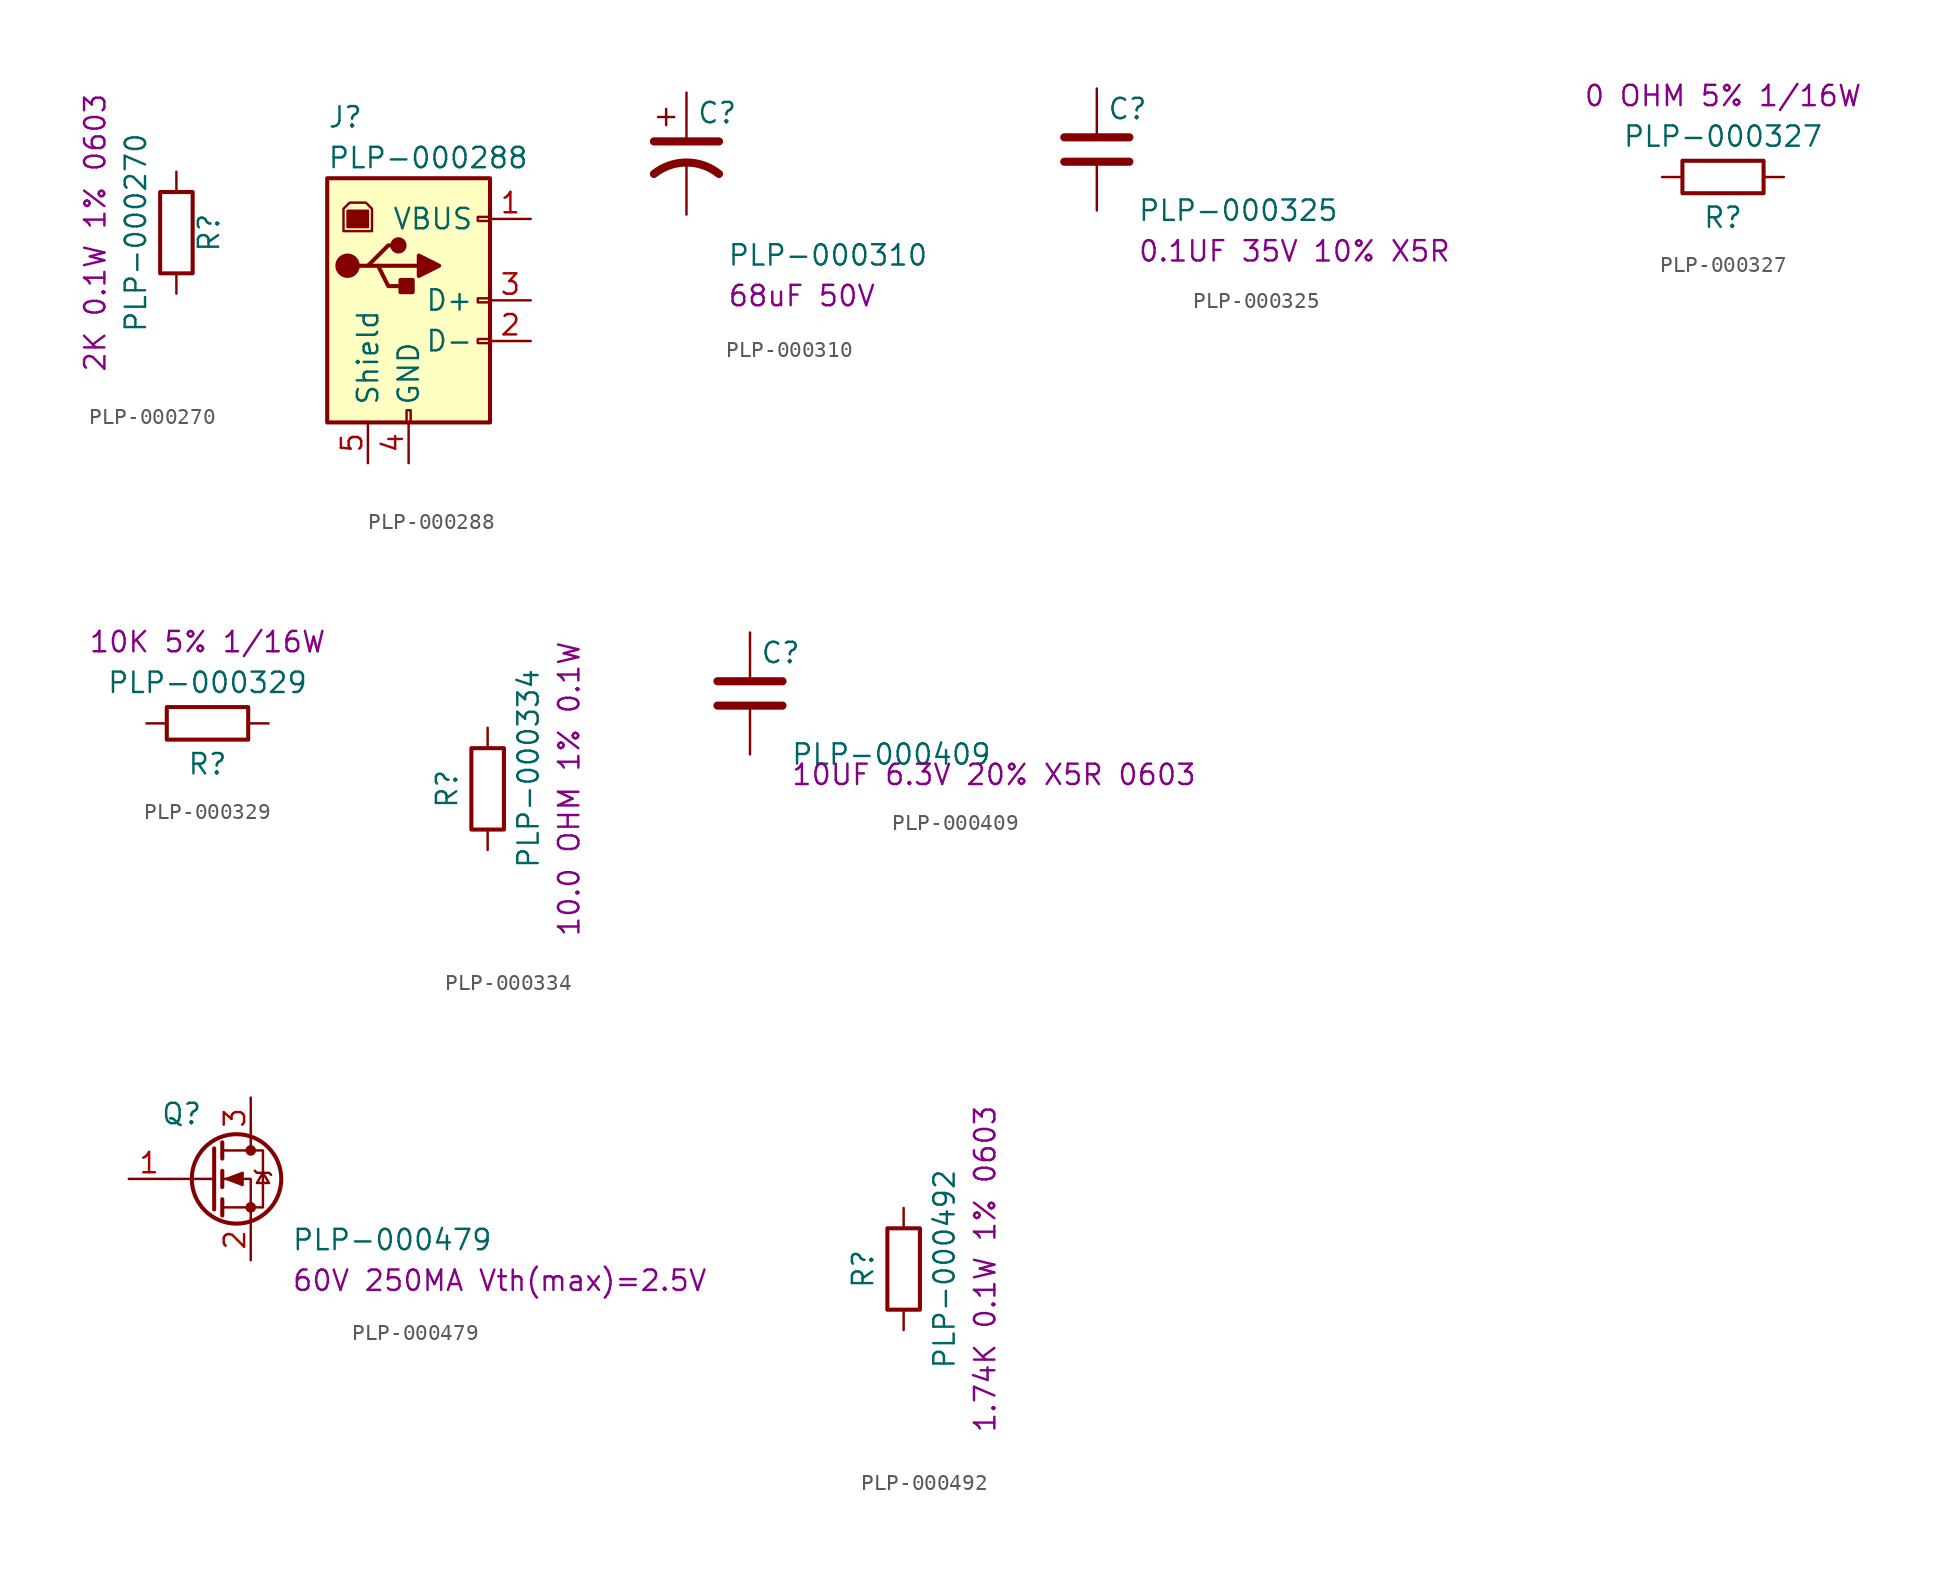
<source format=kicad_sym>
(kicad_symbol_lib
  (version 20241209)
  (generator "kicad_symbol_editor")
  (generator_version "9.0")
  (symbol "PLP-000270"
    (pin_numbers
      (hide yes))
    (pin_names
      (offset 0))
    (property "Reference" "R"
      (at 2.032 0 90)
      (effects (font (size 1.27 1.27))))
    (property "Value" "PLP-000270"
      (at -2.54 0 90)
      (effects (font (size 1.27 1.27))))
    (property "Info" "2K 0.1W 1% 0603"
      (at -5.08 0 90)
      (effects (font (size 1.27 1.27))))
    (symbol "PLP-000270_0_1"
      (rectangle (start -1.016 -2.54) (end 1.016 2.54) (stroke (width 0.254) (type default)) (fill (type none))))
    (symbol "PLP-000270_1_1"
      (pin passive line (at 0 3.81 270) (length 1.27) (name "~" (effects (font (size 1.27 1.27)))) (number "1" (effects (font (size 1.27 1.27)))))
      (pin passive line (at 0 -3.81 90) (length 1.27) (name "~" (effects (font (size 1.27 1.27)))) (number "2" (effects (font (size 1.27 1.27)))))))
  (symbol "PLP-000288"
    (pin_names
      (offset 1.016))
    (property "Reference" "J"
      (at -5.08 11.43 0)
      (effects (font (size 1.27 1.27)) (justify left)))
    (property "Value" "PLP-000288"
      (at -5.08 8.89 0)
      (effects (font (size 1.27 1.27)) (justify left)))
    (symbol "PLP-000288_0_1"
      (rectangle (start -5.08 -7.62) (end 5.08 7.62) (stroke (width 0.254) (type default)) (fill (type background)))
      (polyline (pts (xy -4.064 4.318) (xy -2.286 4.318) (xy -2.286 5.715) (xy -2.667 6.096) (xy -3.683 6.096) (xy -4.064 5.715) (xy -4.064 4.318)) (stroke (width 0) (type default)) (fill (type none)))
      (rectangle (start -3.81 5.588) (end -2.54 4.572) (stroke (width 0) (type default)) (fill (type outline)))
      (circle (center -3.81 2.159) (radius 0.635) (stroke (width 0.254) (type default)) (fill (type outline)))
      (polyline (pts (xy -3.175 2.159) (xy -2.54 2.159) (xy -1.27 3.429) (xy -0.635 3.429)) (stroke (width 0.254) (type default)) (fill (type none)))
      (polyline (pts (xy -2.54 2.159) (xy -1.905 2.159) (xy -1.27 0.889) (xy 0 0.889)) (stroke (width 0.254) (type default)) (fill (type none)))
      (polyline (pts (xy -1.905 2.159) (xy 0.635 2.159)) (stroke (width 0.254) (type default)) (fill (type none)))
      (circle (center -0.635 3.429) (radius 0.381) (stroke (width 0.254) (type default)) (fill (type outline)))
      (rectangle (start -0.127 -7.62) (end 0.127 -6.858) (stroke (width 0) (type default)) (fill (type none)))
      (rectangle (start 0.254 1.27) (end -0.508 0.508) (stroke (width 0.254) (type default)) (fill (type outline)))
      (polyline (pts (xy 0.635 2.794) (xy 0.635 1.524) (xy 1.905 2.159) (xy 0.635 2.794)) (stroke (width 0.254) (type default)) (fill (type outline)))
      (rectangle (start 5.08 4.953) (end 4.318 5.207) (stroke (width 0) (type default)) (fill (type none)))
      (rectangle (start 5.08 -0.127) (end 4.318 0.127) (stroke (width 0) (type default)) (fill (type none)))
      (rectangle (start 5.08 -2.667) (end 4.318 -2.413) (stroke (width 0) (type default)) (fill (type none))))
    (symbol "PLP-000288_1_1"
      (pin passive line (at -2.54 -10.16 90) (length 2.54) (name "Shield" (effects (font (size 1.27 1.27)))) (number "5" (effects (font (size 1.27 1.27)))))
      (pin power_out line (at 0 -10.16 90) (length 2.54) (name "GND" (effects (font (size 1.27 1.27)))) (number "4" (effects (font (size 1.27 1.27)))))
      (pin power_out line (at 7.62 5.08 180) (length 2.54) (name "VBUS" (effects (font (size 1.27 1.27)))) (number "1" (effects (font (size 1.27 1.27)))))
      (pin bidirectional line (at 7.62 0 180) (length 2.54) (name "D+" (effects (font (size 1.27 1.27)))) (number "3" (effects (font (size 1.27 1.27)))))
      (pin bidirectional line (at 7.62 -2.54 180) (length 2.54) (name "D-" (effects (font (size 1.27 1.27)))) (number "2" (effects (font (size 1.27 1.27)))))))
  (symbol "PLP-000310"
    (pin_numbers
      (hide yes))
    (pin_names
      (offset 0.254)
      (hide yes))
    (property "Reference" "C"
      (at 0.635 2.54 0)
      (effects (font (size 1.27 1.27)) (justify left)))
    (property "Value" "PLP-000310"
      (at 2.54 -6.35 0)
      (effects (font (size 1.27 1.27)) (justify left)))
    (property "Info" "68uF 50V"
      (at 2.54 -8.89 0)
      (effects (font (size 1.27 1.27)) (justify left)))
    (symbol "PLP-000310_0_1"
      (polyline (pts (xy -2.032 0.762) (xy 2.032 0.762)) (stroke (width 0.508) (type default)) (fill (type none)))
      (polyline (pts (xy -1.778 2.286) (xy -0.762 2.286)) (stroke (width 0) (type default)) (fill (type none)))
      (polyline (pts (xy -1.27 1.778) (xy -1.27 2.794)) (stroke (width 0) (type default)) (fill (type none)))
      (arc (start -2.032 -1.27) (mid 0 -0.5572) (end 2.032 -1.27) (stroke (width 0.508) (type default)) (fill (type none))))
    (symbol "PLP-000310_1_1"
      (pin passive line (at 0 3.81 270) (length 2.794) (name "~" (effects (font (size 1.27 1.27)))) (number "1" (effects (font (size 1.27 1.27)))))
      (pin passive line (at 0 -3.81 90) (length 3.302) (name "~" (effects (font (size 1.27 1.27)))) (number "2" (effects (font (size 1.27 1.27)))))))
  (symbol "PLP-000325"
    (pin_numbers
      (hide yes))
    (pin_names
      (offset 0.254))
    (property "Reference" "C"
      (at 0.635 2.54 0)
      (effects (font (size 1.27 1.27)) (justify left)))
    (property "Value" "PLP-000325"
      (at 2.54 -3.81 0)
      (effects (font (size 1.27 1.27)) (justify left)))
    (property "Info" "0.1UF 35V 10% X5R"
      (at 2.54 -6.35 0)
      (effects (font (size 1.27 1.27)) (justify left)))
    (symbol "PLP-000325_0_1"
      (polyline (pts (xy -2.032 0.762) (xy 2.032 0.762)) (stroke (width 0.508) (type default)) (fill (type none)))
      (polyline (pts (xy -2.032 -0.762) (xy 2.032 -0.762)) (stroke (width 0.508) (type default)) (fill (type none))))
    (symbol "PLP-000325_1_1"
      (pin passive line (at 0 3.81 270) (length 2.794) (name "~" (effects (font (size 1.27 1.27)))) (number "1" (effects (font (size 1.27 1.27)))))
      (pin passive line (at 0 -3.81 90) (length 2.794) (name "~" (effects (font (size 1.27 1.27)))) (number "2" (effects (font (size 1.27 1.27)))))))
  (symbol "PLP-000327"
    (pin_numbers
      (hide yes))
    (pin_names
      (offset 0))
    (property "Reference" "R"
      (at 2.54 -5.08 0)
      (effects (font (size 1.27 1.27))))
    (property "Value" "PLP-000327"
      (at 2.54 0 0)
      (effects (font (size 1.27 1.27))))
    (property "Info" "0 OHM 5% 1/16W"
      (at 2.54 2.54 0)
      (effects (font (size 1.27 1.27))))
    (symbol "PLP-000327_0_1"
      (rectangle (start 5.08 -3.556) (end 0 -1.524) (stroke (width 0.254) (type default)) (fill (type none))))
    (symbol "PLP-000327_1_1"
      (pin passive line (at -1.27 -2.54 0) (length 1.27) (name "~" (effects (font (size 1.27 1.27)))) (number "1" (effects (font (size 1.27 1.27)))))
      (pin passive line (at 6.35 -2.54 180) (length 1.27) (name "~" (effects (font (size 1.27 1.27)))) (number "2" (effects (font (size 1.27 1.27)))))))
  (symbol "PLP-000329"
    (pin_numbers
      (hide yes))
    (pin_names
      (offset 0))
    (property "Reference" "R"
      (at 2.54 -5.08 0)
      (effects (font (size 1.27 1.27))))
    (property "Value" "PLP-000329"
      (at 2.54 0 0)
      (effects (font (size 1.27 1.27))))
    (property "Info" "10K 5% 1/16W"
      (at 2.54 2.54 0)
      (effects (font (size 1.27 1.27))))
    (symbol "PLP-000329_0_1"
      (rectangle (start 5.08 -3.556) (end 0 -1.524) (stroke (width 0.254) (type default)) (fill (type none))))
    (symbol "PLP-000329_1_1"
      (pin passive line (at -1.27 -2.54 0) (length 1.27) (name "~" (effects (font (size 1.27 1.27)))) (number "1" (effects (font (size 1.27 1.27)))))
      (pin passive line (at 6.35 -2.54 180) (length 1.27) (name "~" (effects (font (size 1.27 1.27)))) (number "2" (effects (font (size 1.27 1.27)))))))
  (symbol "PLP-000334"
    (pin_numbers
      (hide yes))
    (pin_names
      (offset 0))
    (property "Reference" "R"
      (at -2.54 0 90)
      (effects (font (size 1.27 1.27))))
    (property "Value" "PLP-000334"
      (at 2.54 1.27 90)
      (effects (font (size 1.27 1.27))))
    (property "Info" "10.0 OHM 1% 0.1W"
      (at 5.08 0 90)
      (effects (font (size 1.27 1.27))))
    (symbol "PLP-000334_0_1"
      (rectangle (start -1.016 -2.54) (end 1.016 2.54) (stroke (width 0.254) (type default)) (fill (type none))))
    (symbol "PLP-000334_1_1"
      (pin passive line (at 0 3.81 270) (length 1.27) (name "~" (effects (font (size 1.27 1.27)))) (number "1" (effects (font (size 1.27 1.27)))))
      (pin passive line (at 0 -3.81 90) (length 1.27) (name "~" (effects (font (size 1.27 1.27)))) (number "2" (effects (font (size 1.27 1.27)))))))
  (symbol "PLP-000409"
    (pin_numbers
      (hide yes))
    (pin_names
      (offset 0.254))
    (property "Reference" "C"
      (at 0.635 2.54 0)
      (effects (font (size 1.27 1.27)) (justify left)))
    (property "Value" "PLP-000409"
      (at 2.54 -3.81 0)
      (effects (font (size 1.27 1.27)) (justify left)))
    (property "Info" "10UF 6.3V 20% X5R 0603"
      (at 2.54 -5.08 0)
      (effects (font (size 1.27 1.27)) (justify left)))
    (symbol "PLP-000409_0_1"
      (polyline (pts (xy -2.032 0.762) (xy 2.032 0.762)) (stroke (width 0.508) (type default)) (fill (type none)))
      (polyline (pts (xy -2.032 -0.762) (xy 2.032 -0.762)) (stroke (width 0.508) (type default)) (fill (type none))))
    (symbol "PLP-000409_1_1"
      (pin passive line (at 0 3.81 270) (length 2.794) (name "~" (effects (font (size 1.27 1.27)))) (number "1" (effects (font (size 1.27 1.27)))))
      (pin passive line (at 0 -3.81 90) (length 2.794) (name "~" (effects (font (size 1.27 1.27)))) (number "2" (effects (font (size 1.27 1.27)))))))
  (symbol "PLP-000479"
    (pin_names
      (hide yes))
    (property "Reference" "Q"
      (at -1.778 4.064 0)
      (effects (font (size 1.27 1.27))))
    (property "Value" "PLP-000479"
      (at 5.08 -3.81 0)
      (effects (font (size 1.27 1.27)) (justify left)))
    (property "Info" "60V 250MA Vth(max)=2.5V"
      (at 5.08 -6.35 0)
      (effects (font (size 1.27 1.27)) (justify left)))
    (symbol "PLP-000479_0_1"
      (polyline (pts (xy 0.254 1.905) (xy 0.254 -1.905)) (stroke (width 0.254) (type default)) (fill (type none)))
      (polyline (pts (xy 0.254 0) (xy -2.54 0)) (stroke (width 0) (type default)) (fill (type none)))
      (polyline (pts (xy 0.762 2.286) (xy 0.762 1.27)) (stroke (width 0.254) (type default)) (fill (type none)))
      (polyline (pts (xy 0.762 0.508) (xy 0.762 -0.508)) (stroke (width 0.254) (type default)) (fill (type none)))
      (polyline (pts (xy 0.762 -1.27) (xy 0.762 -2.286)) (stroke (width 0.254) (type default)) (fill (type none)))
      (polyline (pts (xy 0.762 -1.778) (xy 3.302 -1.778) (xy 3.302 1.778) (xy 0.762 1.778)) (stroke (width 0) (type default)) (fill (type none)))
      (polyline (pts (xy 1.016 0) (xy 2.032 0.381) (xy 2.032 -0.381) (xy 1.016 0)) (stroke (width 0) (type default)) (fill (type outline)))
      (circle (center 1.651 0) (radius 2.794) (stroke (width 0.254) (type default)) (fill (type none)))
      (polyline (pts (xy 2.54 2.54) (xy 2.54 1.778)) (stroke (width 0) (type default)) (fill (type none)))
      (circle (center 2.54 1.778) (radius 0.254) (stroke (width 0) (type default)) (fill (type outline)))
      (circle (center 2.54 -1.778) (radius 0.254) (stroke (width 0) (type default)) (fill (type outline)))
      (polyline (pts (xy 2.54 -2.54) (xy 2.54 0) (xy 0.762 0)) (stroke (width 0) (type default)) (fill (type none)))
      (polyline (pts (xy 2.794 0.508) (xy 2.921 0.381) (xy 3.683 0.381) (xy 3.81 0.254)) (stroke (width 0) (type default)) (fill (type none)))
      (polyline (pts (xy 3.302 0.381) (xy 2.921 -0.254) (xy 3.683 -0.254) (xy 3.302 0.381)) (stroke (width 0) (type default)) (fill (type none))))
    (symbol "PLP-000479_1_1"
      (pin input line (at -5.08 0 0) (length 2.54) (name "G" (effects (font (size 1.27 1.27)))) (number "1" (effects (font (size 1.27 1.27)))))
      (pin passive line (at 2.54 5.08 270) (length 2.54) (name "D" (effects (font (size 1.27 1.27)))) (number "3" (effects (font (size 1.27 1.27)))))
      (pin passive line (at 2.54 -5.08 90) (length 2.54) (name "S" (effects (font (size 1.27 1.27)))) (number "2" (effects (font (size 1.27 1.27)))))))
  (symbol "PLP-000492"
    (pin_numbers
      (hide yes))
    (pin_names
      (offset 0))
    (property "Reference" "R"
      (at -2.54 0 90)
      (effects (font (size 1.27 1.27))))
    (property "Value" "PLP-000492"
      (at 2.54 0 90)
      (effects (font (size 1.27 1.27))))
    (property "Info" "1.74K 0.1W 1% 0603"
      (at 5.08 0 90)
      (effects (font (size 1.27 1.27))))
    (symbol "PLP-000492_0_1"
      (rectangle (start -1.016 -2.54) (end 1.016 2.54) (stroke (width 0.254) (type default)) (fill (type none))))
    (symbol "PLP-000492_1_1"
      (pin passive line (at 0 3.81 270) (length 1.27) (name "~" (effects (font (size 1.27 1.27)))) (number "1" (effects (font (size 1.27 1.27)))))
      (pin passive line (at 0 -3.81 90) (length 1.27) (name "~" (effects (font (size 1.27 1.27)))) (number "2" (effects (font (size 1.27 1.27))))))))
</source>
